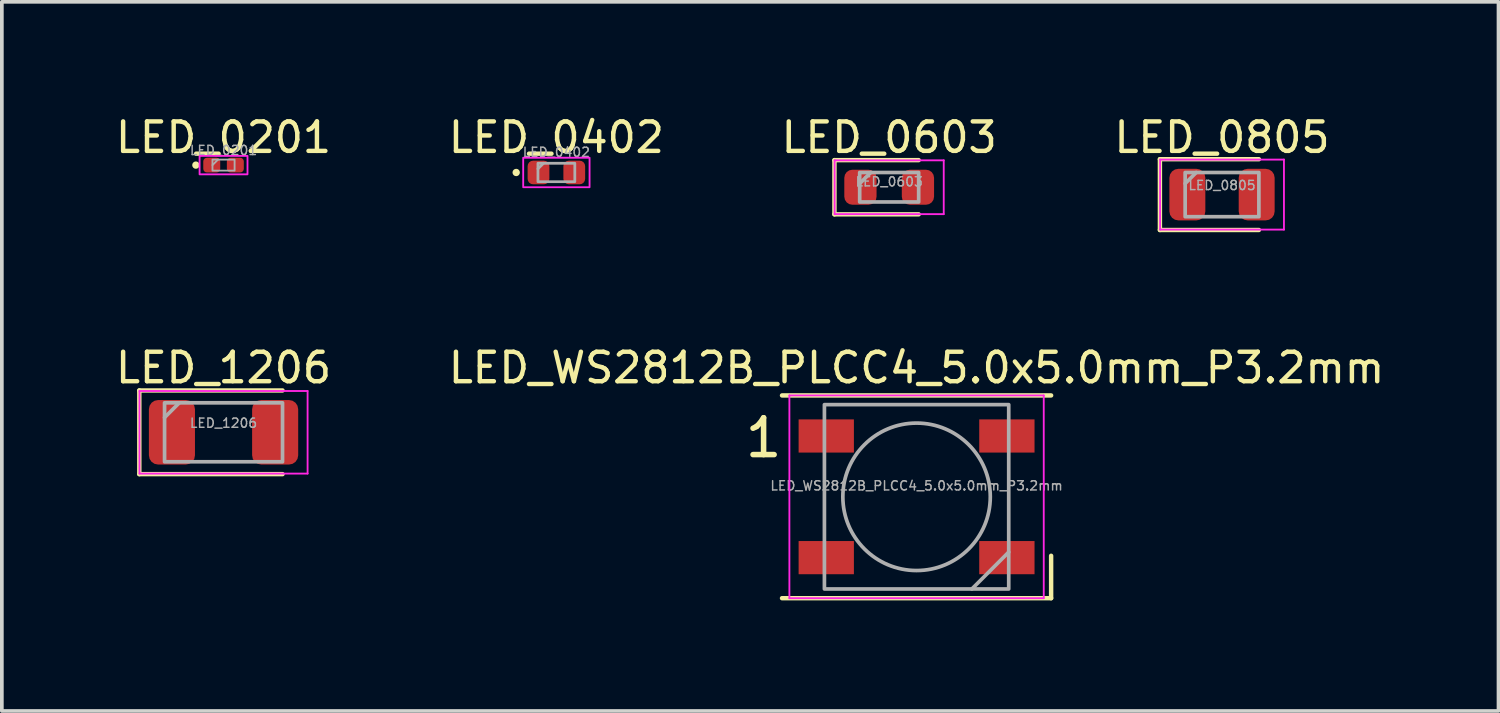
<source format=kicad_pcb>
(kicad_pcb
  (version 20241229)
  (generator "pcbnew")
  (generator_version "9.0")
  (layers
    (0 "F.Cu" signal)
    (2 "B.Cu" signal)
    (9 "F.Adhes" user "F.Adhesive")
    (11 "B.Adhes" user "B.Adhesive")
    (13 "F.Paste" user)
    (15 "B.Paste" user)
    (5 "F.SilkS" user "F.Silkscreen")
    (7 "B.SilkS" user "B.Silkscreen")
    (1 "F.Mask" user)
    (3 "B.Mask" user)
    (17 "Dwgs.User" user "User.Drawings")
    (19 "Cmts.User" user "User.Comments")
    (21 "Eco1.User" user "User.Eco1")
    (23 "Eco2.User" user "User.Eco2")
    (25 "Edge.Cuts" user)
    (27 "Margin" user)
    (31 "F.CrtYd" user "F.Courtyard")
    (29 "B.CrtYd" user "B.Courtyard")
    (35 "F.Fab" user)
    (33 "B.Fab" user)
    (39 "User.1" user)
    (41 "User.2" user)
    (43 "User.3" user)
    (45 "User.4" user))
  (footprint "LED_0603"
    (layer "F.Cu")
    (at 21.071 2.029)
    (property "Reference" "LED_0603" (at 0 -1.35 0) (layer "F.SilkS") (effects (font (size 0.8 0.8) (thickness 0.12))))
    (attr smd)
    (fp_line (start -1.485 -0.735) (end -1.485 0.735) (stroke (width 0.12) (type solid)) (layer "F.SilkS"))
    (fp_line (start -1.485 0.735) (end 0.8 0.735) (stroke (width 0.12) (type solid)) (layer "F.SilkS"))
    (fp_line (start 0.8 -0.735) (end -1.485 -0.735) (stroke (width 0.12) (type solid)) (layer "F.SilkS"))
    (fp_line (start -1.48 -0.73) (end 1.48 -0.73) (stroke (width 0.05) (type solid)) (layer "F.CrtYd"))
    (fp_line (start -1.48 0.73) (end -1.48 -0.73) (stroke (width 0.05) (type solid)) (layer "F.CrtYd"))
    (fp_line (start 1.48 -0.73) (end 1.48 0.73) (stroke (width 0.05) (type solid)) (layer "F.CrtYd"))
    (fp_line (start 1.48 0.73) (end -1.48 0.73) (stroke (width 0.05) (type solid)) (layer "F.CrtYd"))
    (fp_line (start -0.5 -0.4) (end -0.8 -0.1) (stroke (width 0.1) (type solid)) (layer "F.Fab"))
    (fp_rect (start -0.8 -0.4) (end 0.8 0.4) (stroke (width 0.1) (type default)) (fill no) (layer "F.Fab"))
    (fp_text user "${REFERENCE}" (at 0 -0.15 0) (layer "F.Fab") (effects (font (size 0.25 0.25) (thickness 0.04))))
    (pad "1" smd roundrect (at -0.78 0) (size 0.875 0.95) (layers "F.Cu" "F.Mask" "F.Paste") (roundrect_rratio 0.25))
    (pad "2" smd roundrect (at 0.78 0) (size 0.875 0.95) (layers "F.Cu" "F.Mask" "F.Paste") (roundrect_rratio 0.25)))
  (footprint "LED_WS2812B_PLCC4_5.0x5.0mm_P3.2mm"
    (layer "F.Cu")
    (at 21.814 10.427)
    (property "Reference" "LED_WS2812B_PLCC4_5.0x5.0mm_P3.2mm" (at 0 -3.5 0) (layer "F.SilkS") (effects (font (size 0.8 0.8) (thickness 0.12))))
    (attr smd)
    (fp_line (start -3.65 -2.75) (end 3.65 -2.75) (stroke (width 0.12) (type solid)) (layer "F.SilkS"))
    (fp_line (start -3.65 2.75) (end 3.65 2.75) (stroke (width 0.12) (type solid)) (layer "F.SilkS"))
    (fp_line (start 3.65 2.75) (end 3.65 1.6) (stroke (width 0.12) (type solid)) (layer "F.SilkS"))
    (fp_line (start -3.45 -2.75) (end -3.45 2.75) (stroke (width 0.05) (type solid)) (layer "F.CrtYd"))
    (fp_line (start -3.45 2.75) (end 3.45 2.75) (stroke (width 0.05) (type solid)) (layer "F.CrtYd"))
    (fp_line (start 3.45 -2.75) (end -3.45 -2.75) (stroke (width 0.05) (type solid)) (layer "F.CrtYd"))
    (fp_line (start 3.45 2.75) (end 3.45 -2.75) (stroke (width 0.05) (type solid)) (layer "F.CrtYd"))
    (fp_line (start 2.5 1.5) (end 1.5 2.5) (stroke (width 0.1) (type solid)) (layer "F.Fab"))
    (fp_rect (start -2.5 -2.5) (end 2.5 2.5) (stroke (width 0.1) (type default)) (fill no) (layer "F.Fab"))
    (fp_circle (center 0 0) (end 0 -2) (stroke (width 0.1) (type solid)) (fill no) (layer "F.Fab"))
    (fp_text user "1" (at -4.15 -1.6 0) (layer "F.SilkS") (effects (font (size 1 1) (thickness 0.15))))
    (fp_text user "${REFERENCE}" (at 0 -0.3 0) (layer "F.Fab") (effects (font (size 0.25 0.25) (thickness 0.04))))
    (pad "1" smd rect (at -2.45 -1.65) (size 1.5 0.9) (layers "F.Cu" "F.Mask" "F.Paste"))
    (pad "2" smd rect (at -2.45 1.65) (size 1.5 0.9) (layers "F.Cu" "F.Mask" "F.Paste"))
    (pad "3" smd rect (at 2.45 1.65) (size 1.5 0.9) (layers "F.Cu" "F.Mask" "F.Paste"))
    (pad "4" smd rect (at 2.45 -1.65) (size 1.5 0.9) (layers "F.Cu" "F.Mask" "F.Paste")))
  (footprint "LED_0805"
    (layer "F.Cu")
    (at 30.1 2.229)
    (property "Reference" "LED_0805" (at 0 -1.55 0) (layer "F.SilkS") (effects (font (size 0.8 0.8) (thickness 0.12))))
    (attr smd)
    (fp_line (start -1.685 -0.96) (end -1.685 0.96) (stroke (width 0.12) (type solid)) (layer "F.SilkS"))
    (fp_line (start -1.685 0.96) (end 1 0.96) (stroke (width 0.12) (type solid)) (layer "F.SilkS"))
    (fp_line (start 1 -0.96) (end -1.685 -0.96) (stroke (width 0.12) (type solid)) (layer "F.SilkS"))
    (fp_line (start -1.68 -0.95) (end 1.68 -0.95) (stroke (width 0.05) (type solid)) (layer "F.CrtYd"))
    (fp_line (start -1.68 0.95) (end -1.68 -0.95) (stroke (width 0.05) (type solid)) (layer "F.CrtYd"))
    (fp_line (start 1.68 -0.95) (end 1.68 0.95) (stroke (width 0.05) (type solid)) (layer "F.CrtYd"))
    (fp_line (start 1.68 0.95) (end -1.68 0.95) (stroke (width 0.05) (type solid)) (layer "F.CrtYd"))
    (fp_line (start -0.7 -0.6) (end -1 -0.3) (stroke (width 0.1) (type solid)) (layer "F.Fab"))
    (fp_rect (start -1 -0.6) (end 1 0.6) (stroke (width 0.1) (type default)) (fill no) (layer "F.Fab"))
    (fp_text user "${REFERENCE}" (at 0 -0.25 0) (layer "F.Fab") (effects (font (size 0.25 0.25) (thickness 0.04))))
    (pad "1" smd roundrect (at -0.94 0) (size 0.975 1.4) (layers "F.Cu" "F.Mask" "F.Paste") (roundrect_rratio 0.25))
    (pad "2" smd roundrect (at 0.94 0) (size 0.975 1.4) (layers "F.Cu" "F.Mask" "F.Paste") (roundrect_rratio 0.25)))
  (footprint "LED_1206"
    (layer "F.Cu")
    (at 3.014 8.677)
    (property "Reference" "LED_1206" (at 0 -1.75 0) (layer "F.SilkS") (effects (font (size 0.8 0.8) (thickness 0.12))))
    (attr smd)
    (fp_line (start -2.285 -1.135) (end -2.285 1.135) (stroke (width 0.12) (type solid)) (layer "F.SilkS"))
    (fp_line (start -2.285 1.135) (end 1.6 1.135) (stroke (width 0.12) (type solid)) (layer "F.SilkS"))
    (fp_line (start 1.6 -1.135) (end -2.285 -1.135) (stroke (width 0.12) (type solid)) (layer "F.SilkS"))
    (fp_line (start -2.28 -1.12) (end 2.28 -1.12) (stroke (width 0.05) (type solid)) (layer "F.CrtYd"))
    (fp_line (start -2.28 1.12) (end -2.28 -1.12) (stroke (width 0.05) (type solid)) (layer "F.CrtYd"))
    (fp_line (start 2.28 -1.12) (end 2.28 1.12) (stroke (width 0.05) (type solid)) (layer "F.CrtYd"))
    (fp_line (start 2.28 1.12) (end -2.28 1.12) (stroke (width 0.05) (type solid)) (layer "F.CrtYd"))
    (fp_line (start -1.2 -0.8) (end -1.6 -0.4) (stroke (width 0.1) (type solid)) (layer "F.Fab"))
    (fp_rect (start -1.6 -0.8) (end 1.6 0.8) (stroke (width 0.1) (type default)) (fill no) (layer "F.Fab"))
    (fp_text user "${REFERENCE}" (at 0 -0.25 0) (layer "F.Fab") (effects (font (size 0.25 0.25) (thickness 0.04))))
    (pad "1" smd roundrect (at -1.4 0) (size 1.25 1.75) (layers "F.Cu" "F.Mask" "F.Paste") (roundrect_rratio 0.2))
    (pad "2" smd roundrect (at 1.4 0) (size 1.25 1.75) (layers "F.Cu" "F.Mask" "F.Paste") (roundrect_rratio 0.2)))
  (footprint "LED_0201"
    (layer "F.Cu")
    (at 3.014 1.429)
    (property "Reference" "LED_0201" (at 0 -0.75 0) (layer "F.SilkS") (effects (font (size 0.8 0.8) (thickness 0.12))))
    (attr smd)
    (fp_circle (center -0.75 0) (end -0.7 0) (stroke (width 0.1) (type solid)) (fill no) (layer "F.SilkS"))
    (fp_rect (start -0.65 -0.25) (end 0.65 0.25) (stroke (width 0.05) (type default)) (fill no) (layer "F.CrtYd"))
    (fp_line (start -0.3 0) (end -0.15 -0.15) (stroke (width 0.05) (type default)) (layer "F.Fab"))
    (fp_rect (start -0.3 -0.15) (end 0.3 0.15) (stroke (width 0.05) (type default)) (fill no) (layer "F.Fab"))
    (fp_text user "${REFERENCE}" (at 0 -0.4 0) (layer "F.Fab") (effects (font (size 0.25 0.25) (thickness 0.04))))
    (pad "1" smd roundrect (at -0.32 0) (size 0.46 0.4) (layers "F.Cu" "F.Mask" "F.Paste") (roundrect_rratio 0.25))
    (pad "2" smd roundrect (at 0.32 0) (size 0.46 0.4) (layers "F.Cu" "F.Mask" "F.Paste") (roundrect_rratio 0.25)))
  (footprint "LED_0402"
    (layer "F.Cu")
    (at 12.043 1.629)
    (property "Reference" "LED_0402" (at 0 -0.95 0) (layer "F.SilkS") (effects (font (size 0.8 0.8) (thickness 0.12))))
    (attr smd)
    (fp_circle (center -1.09 0) (end -1.04 0) (stroke (width 0.1) (type solid)) (fill no) (layer "F.SilkS"))
    (fp_rect (start -0.9 -0.4) (end 0.9 0.4) (stroke (width 0.05) (type default)) (fill no) (layer "F.CrtYd"))
    (fp_line (start -0.5 -0.1) (end -0.35 -0.25) (stroke (width 0.075) (type default)) (layer "F.Fab"))
    (fp_rect (start -0.5 -0.25) (end 0.5 0.25) (stroke (width 0.075) (type default)) (fill no) (layer "F.Fab"))
    (fp_text user "${REFERENCE}" (at 0 -0.55 0) (layer "F.Fab") (effects (font (size 0.25 0.25) (thickness 0.04))))
    (pad "1" smd roundrect (at -0.485 0) (size 0.59 0.64) (layers "F.Cu" "F.Mask" "F.Paste") (roundrect_rratio 0.25))
    (pad "2" smd roundrect (at 0.485 0) (size 0.59 0.64) (layers "F.Cu" "F.Mask" "F.Paste") (roundrect_rratio 0.25)))
  (gr_rect
    (start -3 -3)
    (end 37.6 16.237)
    (stroke (width 0.1) (type default))
    (fill no)
    (layer "Edge.Cuts")))
</source>
